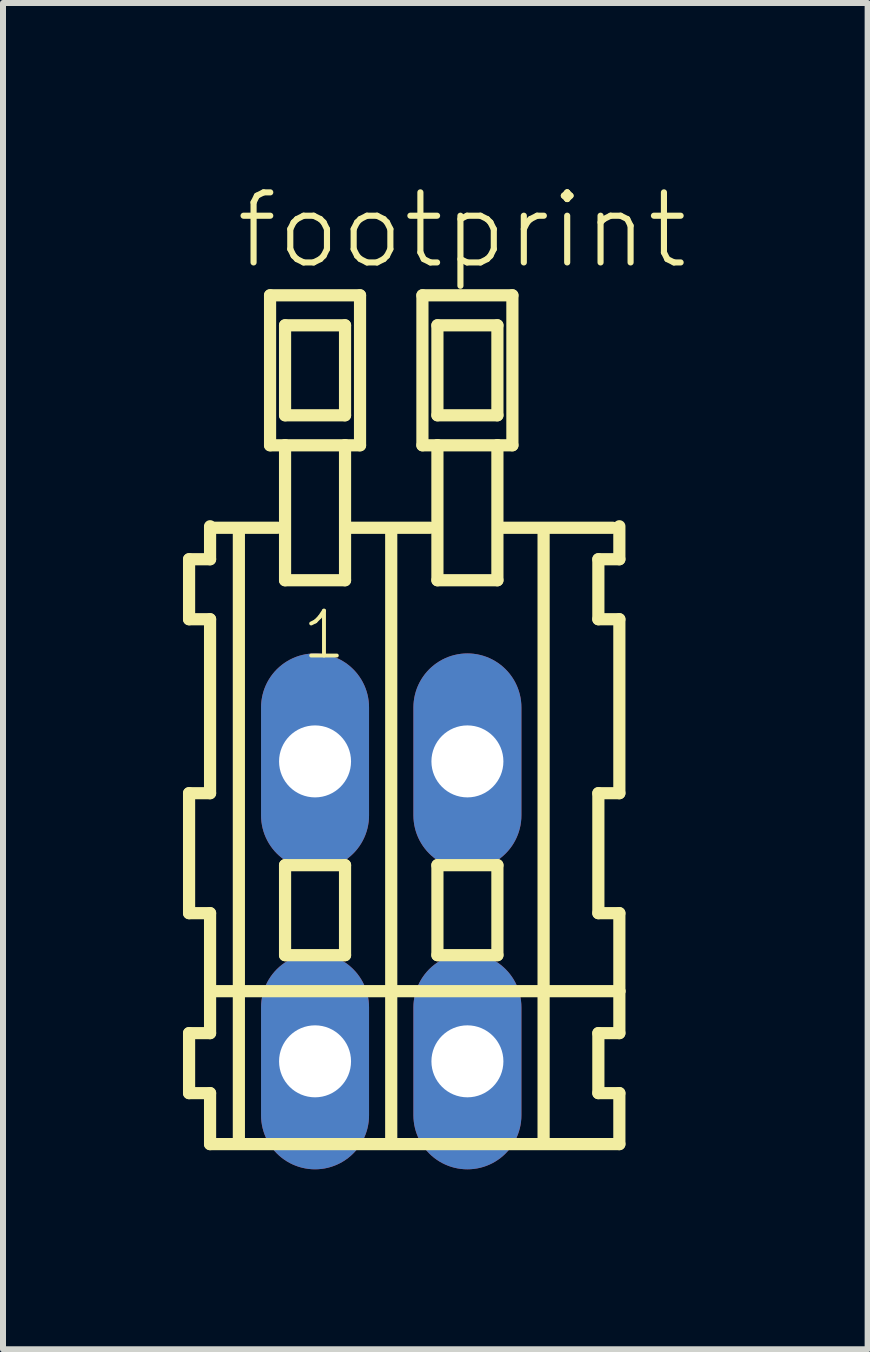
<source format=kicad_pcb>
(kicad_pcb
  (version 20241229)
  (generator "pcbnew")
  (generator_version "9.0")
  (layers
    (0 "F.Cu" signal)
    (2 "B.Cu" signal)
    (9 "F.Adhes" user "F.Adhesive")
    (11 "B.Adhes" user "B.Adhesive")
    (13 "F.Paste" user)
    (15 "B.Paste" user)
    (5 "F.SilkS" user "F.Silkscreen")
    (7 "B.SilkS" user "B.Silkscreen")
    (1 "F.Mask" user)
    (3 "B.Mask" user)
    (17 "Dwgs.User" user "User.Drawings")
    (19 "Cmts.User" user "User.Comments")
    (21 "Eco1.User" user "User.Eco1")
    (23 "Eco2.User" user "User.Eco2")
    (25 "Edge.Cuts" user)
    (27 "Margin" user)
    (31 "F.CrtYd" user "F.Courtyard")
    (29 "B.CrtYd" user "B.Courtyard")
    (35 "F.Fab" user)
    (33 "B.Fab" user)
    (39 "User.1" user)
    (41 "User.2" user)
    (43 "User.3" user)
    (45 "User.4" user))
  (footprint "footprint"
    (layer "F.Cu")
    (at 3.472 12.143)
    (property "Reference" "footprint" (at -2.64 -10.67 0) (layer "F.SilkS") (effects (font (size 1.168 1.168) (thickness 0.102)) (justify left bottom)))
    (fp_line (start -3.37 -5.87) (end -3.37 -4.87) (stroke (width 0.203) (type solid)) (layer "F.SilkS"))
    (fp_line (start -3.37 -4.87) (end -3.02 -4.87) (stroke (width 0.203) (type solid)) (layer "F.SilkS"))
    (fp_line (start -3.37 -1.97) (end -3.37 0.03) (stroke (width 0.203) (type solid)) (layer "F.SilkS"))
    (fp_line (start -3.37 0.03) (end -3.02 0.03) (stroke (width 0.203) (type solid)) (layer "F.SilkS"))
    (fp_line (start -3.37 2.03) (end -3.37 3.03) (stroke (width 0.203) (type solid)) (layer "F.SilkS"))
    (fp_line (start -3.37 3.03) (end -3.02 3.03) (stroke (width 0.203) (type solid)) (layer "F.SilkS"))
    (fp_line (start -3.02 -6.42) (end -3.02 -6.395) (stroke (width 0.203) (type solid)) (layer "F.SilkS"))
    (fp_line (start -3.02 -6.395) (end -3.02 -5.87) (stroke (width 0.203) (type solid)) (layer "F.SilkS"))
    (fp_line (start -3.02 -6.395) (end -1.895 -6.395) (stroke (width 0.203) (type solid)) (layer "F.SilkS"))
    (fp_line (start -3.02 -5.87) (end -3.37 -5.87) (stroke (width 0.203) (type solid)) (layer "F.SilkS"))
    (fp_line (start -3.02 -4.87) (end -3.02 -1.97) (stroke (width 0.203) (type solid)) (layer "F.SilkS"))
    (fp_line (start -3.02 -1.97) (end -3.37 -1.97) (stroke (width 0.203) (type solid)) (layer "F.SilkS"))
    (fp_line (start -3.02 0.03) (end -3.02 1.33) (stroke (width 0.203) (type solid)) (layer "F.SilkS"))
    (fp_line (start -3.02 1.33) (end -3.02 2.03) (stroke (width 0.203) (type solid)) (layer "F.SilkS"))
    (fp_line (start -3.02 1.33) (end 3.803 1.33) (stroke (width 0.203) (type solid)) (layer "F.SilkS"))
    (fp_line (start -3.02 2.03) (end -3.37 2.03) (stroke (width 0.203) (type solid)) (layer "F.SilkS"))
    (fp_line (start -3.02 3.03) (end -3.02 3.88) (stroke (width 0.203) (type solid)) (layer "F.SilkS"))
    (fp_line (start -3.02 3.88) (end 3.803 3.88) (stroke (width 0.203) (type solid)) (layer "F.SilkS"))
    (fp_line (start -2.54 3.83) (end -2.54 -6.33) (stroke (width 0.203) (type solid)) (layer "F.SilkS"))
    (fp_line (start -2.02 -10.27) (end -2.02 -7.77) (stroke (width 0.203) (type solid)) (layer "F.SilkS"))
    (fp_line (start -2.02 -7.77) (end -1.77 -7.77) (stroke (width 0.203) (type solid)) (layer "F.SilkS"))
    (fp_line (start -1.77 -9.77) (end -1.77 -8.27) (stroke (width 0.203) (type solid)) (layer "F.SilkS"))
    (fp_line (start -1.77 -8.27) (end -0.77 -8.27) (stroke (width 0.203) (type solid)) (layer "F.SilkS"))
    (fp_line (start -1.77 -7.77) (end -1.77 -5.52) (stroke (width 0.203) (type solid)) (layer "F.SilkS"))
    (fp_line (start -1.77 -7.77) (end -0.77 -7.77) (stroke (width 0.203) (type solid)) (layer "F.SilkS"))
    (fp_line (start -1.77 -5.52) (end -0.77 -5.52) (stroke (width 0.203) (type solid)) (layer "F.SilkS"))
    (fp_line (start -1.77 -0.77) (end -1.77 0.73) (stroke (width 0.203) (type solid)) (layer "F.SilkS"))
    (fp_line (start -1.77 0.73) (end -0.77 0.73) (stroke (width 0.203) (type solid)) (layer "F.SilkS"))
    (fp_line (start -0.77 -9.77) (end -1.77 -9.77) (stroke (width 0.203) (type solid)) (layer "F.SilkS"))
    (fp_line (start -0.77 -8.27) (end -0.77 -9.77) (stroke (width 0.203) (type solid)) (layer "F.SilkS"))
    (fp_line (start -0.77 -7.77) (end -0.52 -7.77) (stroke (width 0.203) (type solid)) (layer "F.SilkS"))
    (fp_line (start -0.77 -5.52) (end -0.77 -7.77) (stroke (width 0.203) (type solid)) (layer "F.SilkS"))
    (fp_line (start -0.77 -0.77) (end -1.77 -0.77) (stroke (width 0.203) (type solid)) (layer "F.SilkS"))
    (fp_line (start -0.77 0.73) (end -0.77 -0.77) (stroke (width 0.203) (type solid)) (layer "F.SilkS"))
    (fp_line (start -0.734 -6.395) (end 0.645 -6.395) (stroke (width 0.203) (type solid)) (layer "F.SilkS"))
    (fp_line (start -0.52 -10.27) (end -2.02 -10.27) (stroke (width 0.203) (type solid)) (layer "F.SilkS"))
    (fp_line (start -0.52 -7.77) (end -0.52 -10.27) (stroke (width 0.203) (type solid)) (layer "F.SilkS"))
    (fp_line (start 0 3.83) (end 0 -6.33) (stroke (width 0.203) (type solid)) (layer "F.SilkS"))
    (fp_line (start 0.52 -10.27) (end 0.52 -7.77) (stroke (width 0.203) (type solid)) (layer "F.SilkS"))
    (fp_line (start 0.52 -7.77) (end 0.77 -7.77) (stroke (width 0.203) (type solid)) (layer "F.SilkS"))
    (fp_line (start 0.77 -9.77) (end 0.77 -8.27) (stroke (width 0.203) (type solid)) (layer "F.SilkS"))
    (fp_line (start 0.77 -8.27) (end 1.77 -8.27) (stroke (width 0.203) (type solid)) (layer "F.SilkS"))
    (fp_line (start 0.77 -7.77) (end 0.77 -5.52) (stroke (width 0.203) (type solid)) (layer "F.SilkS"))
    (fp_line (start 0.77 -7.77) (end 1.77 -7.77) (stroke (width 0.203) (type solid)) (layer "F.SilkS"))
    (fp_line (start 0.77 -5.52) (end 1.77 -5.52) (stroke (width 0.203) (type solid)) (layer "F.SilkS"))
    (fp_line (start 0.77 -0.77) (end 0.77 0.73) (stroke (width 0.203) (type solid)) (layer "F.SilkS"))
    (fp_line (start 0.77 0.73) (end 1.77 0.73) (stroke (width 0.203) (type solid)) (layer "F.SilkS"))
    (fp_line (start 1.77 -9.77) (end 0.77 -9.77) (stroke (width 0.203) (type solid)) (layer "F.SilkS"))
    (fp_line (start 1.77 -8.27) (end 1.77 -9.77) (stroke (width 0.203) (type solid)) (layer "F.SilkS"))
    (fp_line (start 1.77 -7.77) (end 2.02 -7.77) (stroke (width 0.203) (type solid)) (layer "F.SilkS"))
    (fp_line (start 1.77 -5.52) (end 1.77 -7.77) (stroke (width 0.203) (type solid)) (layer "F.SilkS"))
    (fp_line (start 1.77 -0.77) (end 0.77 -0.77) (stroke (width 0.203) (type solid)) (layer "F.SilkS"))
    (fp_line (start 1.77 0.73) (end 1.77 -0.77) (stroke (width 0.203) (type solid)) (layer "F.SilkS"))
    (fp_line (start 1.806 -6.395) (end 3.693 -6.395) (stroke (width 0.203) (type solid)) (layer "F.SilkS"))
    (fp_line (start 2.02 -10.27) (end 0.52 -10.27) (stroke (width 0.203) (type solid)) (layer "F.SilkS"))
    (fp_line (start 2.02 -7.77) (end 2.02 -10.27) (stroke (width 0.203) (type solid)) (layer "F.SilkS"))
    (fp_line (start 2.54 3.83) (end 2.54 -6.33) (stroke (width 0.203) (type solid)) (layer "F.SilkS"))
    (fp_line (start 3.453 -5.87) (end 3.453 -4.87) (stroke (width 0.203) (type solid)) (layer "F.SilkS"))
    (fp_line (start 3.453 -4.87) (end 3.803 -4.87) (stroke (width 0.203) (type solid)) (layer "F.SilkS"))
    (fp_line (start 3.453 -1.97) (end 3.453 0.03) (stroke (width 0.203) (type solid)) (layer "F.SilkS"))
    (fp_line (start 3.453 0.03) (end 3.803 0.03) (stroke (width 0.203) (type solid)) (layer "F.SilkS"))
    (fp_line (start 3.453 2.03) (end 3.453 3.03) (stroke (width 0.203) (type solid)) (layer "F.SilkS"))
    (fp_line (start 3.453 3.03) (end 3.803 3.03) (stroke (width 0.203) (type solid)) (layer "F.SilkS"))
    (fp_line (start 3.803 -5.87) (end 3.453 -5.87) (stroke (width 0.203) (type solid)) (layer "F.SilkS"))
    (fp_line (start 3.803 -5.87) (end 3.803 -6.42) (stroke (width 0.203) (type solid)) (layer "F.SilkS"))
    (fp_line (start 3.803 -1.97) (end 3.453 -1.97) (stroke (width 0.203) (type solid)) (layer "F.SilkS"))
    (fp_line (start 3.803 -1.97) (end 3.803 -4.87) (stroke (width 0.203) (type solid)) (layer "F.SilkS"))
    (fp_line (start 3.803 1.33) (end 3.803 0.03) (stroke (width 0.203) (type solid)) (layer "F.SilkS"))
    (fp_line (start 3.803 2.03) (end 3.453 2.03) (stroke (width 0.203) (type solid)) (layer "F.SilkS"))
    (fp_line (start 3.803 2.03) (end 3.803 1.33) (stroke (width 0.203) (type solid)) (layer "F.SilkS"))
    (fp_line (start 3.803 3.88) (end 3.803 3.03) (stroke (width 0.203) (type solid)) (layer "F.SilkS"))
    (fp_text user "1" (at -1.52 -4.17 0) (layer "F.SilkS") (effects (font (size 0.748 0.748) (thickness 0.065)) (justify left bottom)))
    (pad "A1" thru_hole oval (at -1.27 -2.5 90) (size 3.6 1.8) (drill 1.2) (layers "*.Cu" "*.Mask"))
    (pad "A2" thru_hole oval (at 1.27 -2.5 90) (size 3.6 1.8) (drill 1.2) (layers "*.Cu" "*.Mask"))
    (pad "B1" thru_hole oval (at -1.27 2.5 90) (size 3.6 1.8) (drill 1.2) (layers "*.Cu" "*.Mask"))
    (pad "B2" thru_hole oval (at 1.27 2.5 90) (size 3.6 1.8) (drill 1.2) (layers "*.Cu" "*.Mask")))
  (gr_rect
    (start -3 -3)
    (end 11.414 19.443)
    (stroke (width 0.1) (type default))
    (fill no)
    (layer "Edge.Cuts")))
</source>
